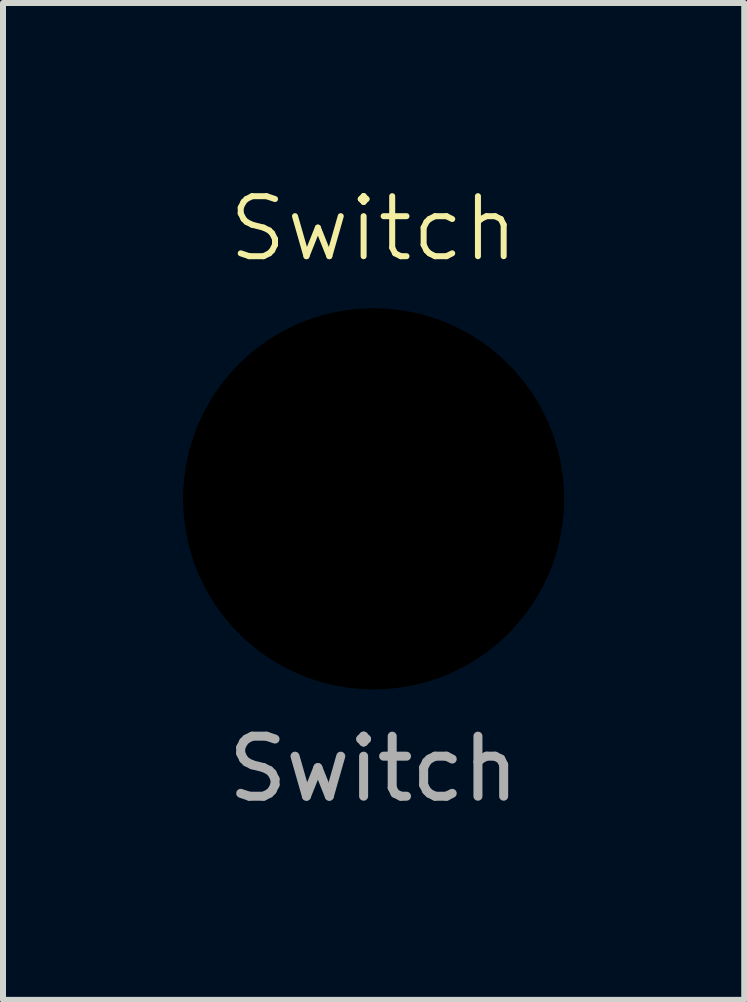
<source format=kicad_pcb>
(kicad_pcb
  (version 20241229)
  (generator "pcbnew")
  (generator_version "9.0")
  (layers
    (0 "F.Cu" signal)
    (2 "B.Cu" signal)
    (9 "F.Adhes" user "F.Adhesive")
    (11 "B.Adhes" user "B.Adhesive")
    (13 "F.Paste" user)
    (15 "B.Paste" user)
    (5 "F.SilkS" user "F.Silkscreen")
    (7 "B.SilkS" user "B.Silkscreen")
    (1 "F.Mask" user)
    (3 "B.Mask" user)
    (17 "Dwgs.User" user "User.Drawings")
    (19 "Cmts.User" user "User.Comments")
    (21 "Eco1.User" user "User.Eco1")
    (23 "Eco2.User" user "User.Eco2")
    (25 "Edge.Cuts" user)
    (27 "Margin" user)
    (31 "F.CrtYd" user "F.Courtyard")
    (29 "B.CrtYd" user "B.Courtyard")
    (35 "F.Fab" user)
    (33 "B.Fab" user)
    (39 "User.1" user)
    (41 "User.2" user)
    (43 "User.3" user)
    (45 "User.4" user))
  (footprint "Switch"
    (layer "F.Cu")
    (at 3.175 5.261)
    (property "Reference" "Switch" (at 0 -4.5 0) (unlocked yes) (layer "F.SilkS") (effects (font (size 1 1) (thickness 0.1))))
    (attr through_hole)
    (fp_text user "${REFERENCE}" (at 0 4.5 0) (unlocked yes) (layer "F.Fab") (effects (font (size 1 1) (thickness 0.15))))
    (pad "" np_thru_hole circle (at 0 0) (size 6.35 6.35) (drill 6.35) (layers "*.Mask")))
  (gr_rect
    (start -3 -3)
    (end 9.35 13.609)
    (stroke (width 0.1) (type default))
    (fill no)
    (layer "Edge.Cuts")))
</source>
